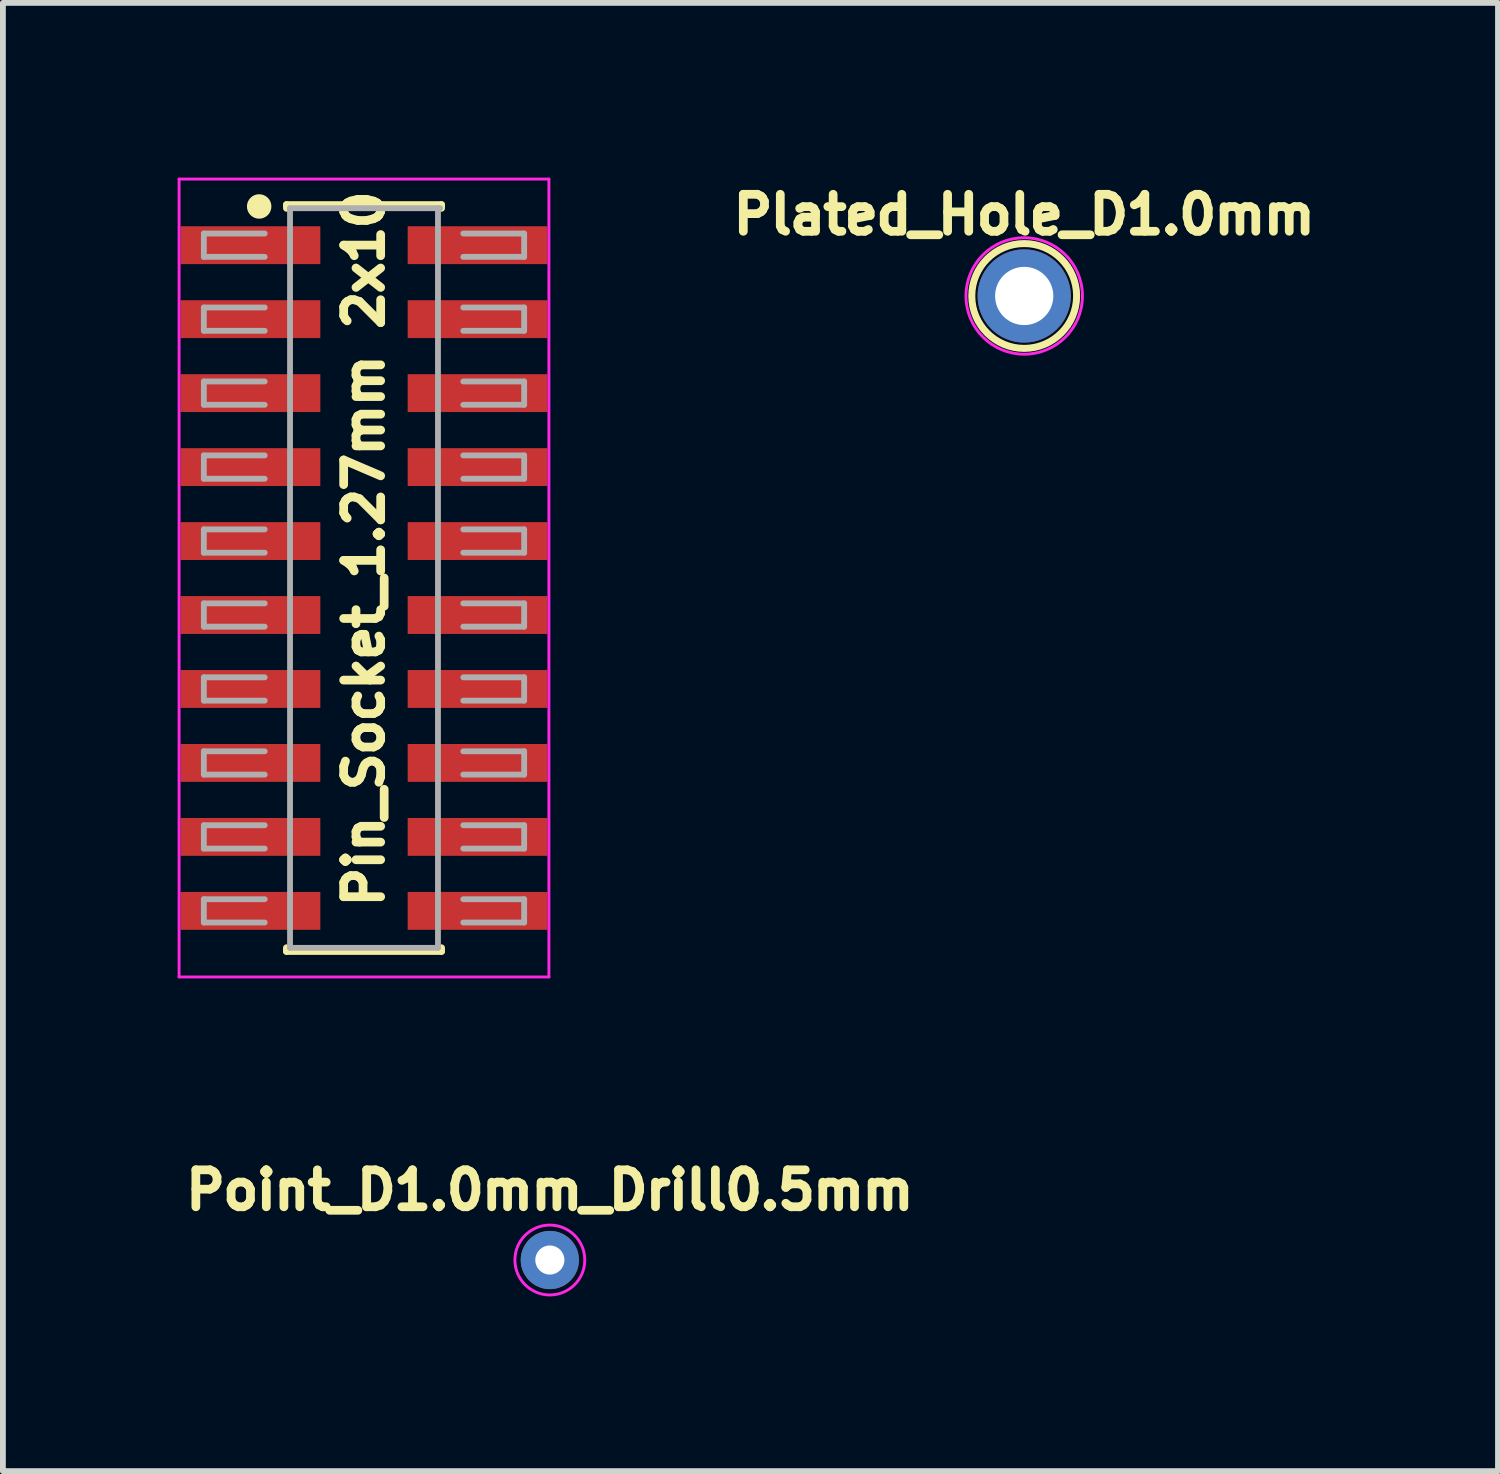
<source format=kicad_pcb>
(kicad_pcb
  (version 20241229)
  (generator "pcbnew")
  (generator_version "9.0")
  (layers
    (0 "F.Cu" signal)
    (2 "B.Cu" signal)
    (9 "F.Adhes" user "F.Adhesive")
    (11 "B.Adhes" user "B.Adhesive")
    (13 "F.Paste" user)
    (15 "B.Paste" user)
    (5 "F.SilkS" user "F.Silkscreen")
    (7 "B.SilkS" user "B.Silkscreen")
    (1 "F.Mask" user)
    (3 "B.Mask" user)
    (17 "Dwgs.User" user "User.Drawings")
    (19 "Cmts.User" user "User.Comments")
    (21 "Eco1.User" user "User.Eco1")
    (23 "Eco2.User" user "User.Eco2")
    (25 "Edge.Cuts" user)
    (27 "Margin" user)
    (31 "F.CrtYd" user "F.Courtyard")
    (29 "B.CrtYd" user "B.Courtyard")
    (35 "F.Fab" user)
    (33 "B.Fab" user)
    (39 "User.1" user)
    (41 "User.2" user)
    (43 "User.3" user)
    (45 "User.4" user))
  (footprint "Pin_Socket_1.27mm 2x10"
    (layer "F.Cu")
    (at 3.2 6.875)
    (property "Reference" "Pin_Socket_1.27mm 2x10" (at 0 -0.5 90) (unlocked yes) (layer "F.SilkS") (effects (font (size 0.635 0.635) (thickness 0.15))))
    (attr smd)
    (fp_line (start -1.33 -6.41) (end -1.33 -6.35) (stroke (width 0.12) (type solid)) (layer "F.SilkS"))
    (fp_line (start -1.33 -6.41) (end 1.33 -6.41) (stroke (width 0.12) (type solid)) (layer "F.SilkS"))
    (fp_line (start -1.33 6.35) (end -1.33 6.41) (stroke (width 0.12) (type solid)) (layer "F.SilkS"))
    (fp_line (start -1.33 6.41) (end 1.33 6.41) (stroke (width 0.12) (type solid)) (layer "F.SilkS"))
    (fp_line (start 1.33 -6.41) (end 1.33 -6.35) (stroke (width 0.12) (type solid)) (layer "F.SilkS"))
    (fp_line (start 1.33 6.35) (end 1.33 6.41) (stroke (width 0.12) (type solid)) (layer "F.SilkS"))
    (fp_circle (center -1.8 -6.38) (end -1.65 -6.38) (stroke (width 0.12) (type solid)) (fill yes) (layer "F.SilkS"))
    (fp_line (start -3.175 -6.85) (end -3.175 6.85) (stroke (width 0.05) (type solid)) (layer "F.CrtYd"))
    (fp_line (start -3.175 6.85) (end 3.175 6.85) (stroke (width 0.05) (type solid)) (layer "F.CrtYd"))
    (fp_line (start 3.175 -6.85) (end -3.175 -6.85) (stroke (width 0.05) (type solid)) (layer "F.CrtYd"))
    (fp_line (start 3.175 6.85) (end 3.175 -6.85) (stroke (width 0.05) (type solid)) (layer "F.CrtYd"))
    (fp_line (start -2.75 -5.915) (end -2.75 -5.515) (stroke (width 0.1) (type solid)) (layer "F.Fab"))
    (fp_line (start -2.75 -5.515) (end -1.705 -5.515) (stroke (width 0.1) (type solid)) (layer "F.Fab"))
    (fp_line (start -2.75 -4.645) (end -2.75 -4.245) (stroke (width 0.1) (type solid)) (layer "F.Fab"))
    (fp_line (start -2.75 -4.245) (end -1.705 -4.245) (stroke (width 0.1) (type solid)) (layer "F.Fab"))
    (fp_line (start -2.75 -3.375) (end -2.75 -2.975) (stroke (width 0.1) (type solid)) (layer "F.Fab"))
    (fp_line (start -2.75 -2.975) (end -1.705 -2.975) (stroke (width 0.1) (type solid)) (layer "F.Fab"))
    (fp_line (start -2.75 -2.105) (end -2.75 -1.705) (stroke (width 0.1) (type solid)) (layer "F.Fab"))
    (fp_line (start -2.75 -1.705) (end -1.705 -1.705) (stroke (width 0.1) (type solid)) (layer "F.Fab"))
    (fp_line (start -2.75 -0.835) (end -2.75 -0.435) (stroke (width 0.1) (type solid)) (layer "F.Fab"))
    (fp_line (start -2.75 -0.435) (end -1.705 -0.435) (stroke (width 0.1) (type solid)) (layer "F.Fab"))
    (fp_line (start -2.75 0.435) (end -2.75 0.835) (stroke (width 0.1) (type solid)) (layer "F.Fab"))
    (fp_line (start -2.75 0.835) (end -1.705 0.835) (stroke (width 0.1) (type solid)) (layer "F.Fab"))
    (fp_line (start -2.75 1.705) (end -2.75 2.105) (stroke (width 0.1) (type solid)) (layer "F.Fab"))
    (fp_line (start -2.75 2.105) (end -1.705 2.105) (stroke (width 0.1) (type solid)) (layer "F.Fab"))
    (fp_line (start -2.75 2.975) (end -2.75 3.375) (stroke (width 0.1) (type solid)) (layer "F.Fab"))
    (fp_line (start -2.75 3.375) (end -1.705 3.375) (stroke (width 0.1) (type solid)) (layer "F.Fab"))
    (fp_line (start -2.75 4.245) (end -2.75 4.645) (stroke (width 0.1) (type solid)) (layer "F.Fab"))
    (fp_line (start -2.75 4.645) (end -1.705 4.645) (stroke (width 0.1) (type solid)) (layer "F.Fab"))
    (fp_line (start -2.75 5.515) (end -2.75 5.915) (stroke (width 0.1) (type solid)) (layer "F.Fab"))
    (fp_line (start -2.75 5.915) (end -1.705 5.915) (stroke (width 0.1) (type solid)) (layer "F.Fab"))
    (fp_line (start -1.705 -5.915) (end -2.75 -5.915) (stroke (width 0.1) (type solid)) (layer "F.Fab"))
    (fp_line (start -1.705 -4.645) (end -2.75 -4.645) (stroke (width 0.1) (type solid)) (layer "F.Fab"))
    (fp_line (start -1.705 -3.375) (end -2.75 -3.375) (stroke (width 0.1) (type solid)) (layer "F.Fab"))
    (fp_line (start -1.705 -2.105) (end -2.75 -2.105) (stroke (width 0.1) (type solid)) (layer "F.Fab"))
    (fp_line (start -1.705 -0.835) (end -2.75 -0.835) (stroke (width 0.1) (type solid)) (layer "F.Fab"))
    (fp_line (start -1.705 0.435) (end -2.75 0.435) (stroke (width 0.1) (type solid)) (layer "F.Fab"))
    (fp_line (start -1.705 1.705) (end -2.75 1.705) (stroke (width 0.1) (type solid)) (layer "F.Fab"))
    (fp_line (start -1.705 2.975) (end -2.75 2.975) (stroke (width 0.1) (type solid)) (layer "F.Fab"))
    (fp_line (start -1.705 4.245) (end -2.75 4.245) (stroke (width 0.1) (type solid)) (layer "F.Fab"))
    (fp_line (start -1.705 5.515) (end -2.75 5.515) (stroke (width 0.1) (type solid)) (layer "F.Fab"))
    (fp_line (start -1.27 -6.35) (end 1.308 -6.35) (stroke (width 0.1) (type solid)) (layer "F.Fab"))
    (fp_line (start -1.27 6.35) (end -1.27 -6.35) (stroke (width 0.1) (type solid)) (layer "F.Fab"))
    (fp_line (start 1.27 -6.35) (end 1.27 6.35) (stroke (width 0.1) (type solid)) (layer "F.Fab"))
    (fp_line (start 1.27 6.35) (end -1.27 6.35) (stroke (width 0.1) (type solid)) (layer "F.Fab"))
    (fp_line (start 1.705 -5.915) (end 2.75 -5.915) (stroke (width 0.1) (type solid)) (layer "F.Fab"))
    (fp_line (start 1.705 -4.645) (end 2.75 -4.645) (stroke (width 0.1) (type solid)) (layer "F.Fab"))
    (fp_line (start 1.705 -3.375) (end 2.75 -3.375) (stroke (width 0.1) (type solid)) (layer "F.Fab"))
    (fp_line (start 1.705 -2.105) (end 2.75 -2.105) (stroke (width 0.1) (type solid)) (layer "F.Fab"))
    (fp_line (start 1.705 -0.835) (end 2.75 -0.835) (stroke (width 0.1) (type solid)) (layer "F.Fab"))
    (fp_line (start 1.705 0.435) (end 2.75 0.435) (stroke (width 0.1) (type solid)) (layer "F.Fab"))
    (fp_line (start 1.705 1.705) (end 2.75 1.705) (stroke (width 0.1) (type solid)) (layer "F.Fab"))
    (fp_line (start 1.705 2.975) (end 2.75 2.975) (stroke (width 0.1) (type solid)) (layer "F.Fab"))
    (fp_line (start 1.705 4.245) (end 2.75 4.245) (stroke (width 0.1) (type solid)) (layer "F.Fab"))
    (fp_line (start 1.705 5.515) (end 2.75 5.515) (stroke (width 0.1) (type solid)) (layer "F.Fab"))
    (fp_line (start 2.75 -5.915) (end 2.75 -5.515) (stroke (width 0.1) (type solid)) (layer "F.Fab"))
    (fp_line (start 2.75 -5.515) (end 1.705 -5.515) (stroke (width 0.1) (type solid)) (layer "F.Fab"))
    (fp_line (start 2.75 -4.645) (end 2.75 -4.245) (stroke (width 0.1) (type solid)) (layer "F.Fab"))
    (fp_line (start 2.75 -4.245) (end 1.705 -4.245) (stroke (width 0.1) (type solid)) (layer "F.Fab"))
    (fp_line (start 2.75 -3.375) (end 2.75 -2.975) (stroke (width 0.1) (type solid)) (layer "F.Fab"))
    (fp_line (start 2.75 -2.975) (end 1.705 -2.975) (stroke (width 0.1) (type solid)) (layer "F.Fab"))
    (fp_line (start 2.75 -2.105) (end 2.75 -1.705) (stroke (width 0.1) (type solid)) (layer "F.Fab"))
    (fp_line (start 2.75 -1.705) (end 1.705 -1.705) (stroke (width 0.1) (type solid)) (layer "F.Fab"))
    (fp_line (start 2.75 -0.835) (end 2.75 -0.435) (stroke (width 0.1) (type solid)) (layer "F.Fab"))
    (fp_line (start 2.75 -0.435) (end 1.705 -0.435) (stroke (width 0.1) (type solid)) (layer "F.Fab"))
    (fp_line (start 2.75 0.435) (end 2.75 0.835) (stroke (width 0.1) (type solid)) (layer "F.Fab"))
    (fp_line (start 2.75 0.835) (end 1.705 0.835) (stroke (width 0.1) (type solid)) (layer "F.Fab"))
    (fp_line (start 2.75 1.705) (end 2.75 2.105) (stroke (width 0.1) (type solid)) (layer "F.Fab"))
    (fp_line (start 2.75 2.105) (end 1.705 2.105) (stroke (width 0.1) (type solid)) (layer "F.Fab"))
    (fp_line (start 2.75 2.975) (end 2.75 3.375) (stroke (width 0.1) (type solid)) (layer "F.Fab"))
    (fp_line (start 2.75 3.375) (end 1.705 3.375) (stroke (width 0.1) (type solid)) (layer "F.Fab"))
    (fp_line (start 2.75 4.245) (end 2.75 4.645) (stroke (width 0.1) (type solid)) (layer "F.Fab"))
    (fp_line (start 2.75 4.645) (end 1.705 4.645) (stroke (width 0.1) (type solid)) (layer "F.Fab"))
    (fp_line (start 2.75 5.515) (end 2.75 5.915) (stroke (width 0.1) (type solid)) (layer "F.Fab"))
    (fp_line (start 2.75 5.915) (end 1.705 5.915) (stroke (width 0.1) (type solid)) (layer "F.Fab"))
    (pad "1" smd rect (at -1.95 -5.715) (size 2.4 0.65) (layers "F.Cu" "F.Mask" "F.Paste"))
    (pad "2" smd rect (at -1.95 -4.445) (size 2.4 0.65) (layers "F.Cu" "F.Mask" "F.Paste"))
    (pad "3" smd rect (at -1.95 -3.175) (size 2.4 0.65) (layers "F.Cu" "F.Mask" "F.Paste"))
    (pad "4" smd rect (at -1.95 -1.905) (size 2.4 0.65) (layers "F.Cu" "F.Mask" "F.Paste"))
    (pad "5" smd rect (at -1.95 -0.635) (size 2.4 0.65) (layers "F.Cu" "F.Mask" "F.Paste"))
    (pad "6" smd rect (at -1.95 0.635) (size 2.4 0.65) (layers "F.Cu" "F.Mask" "F.Paste"))
    (pad "7" smd rect (at -1.95 1.905) (size 2.4 0.65) (layers "F.Cu" "F.Mask" "F.Paste"))
    (pad "8" smd rect (at -1.95 3.175) (size 2.4 0.65) (layers "F.Cu" "F.Mask" "F.Paste"))
    (pad "9" smd rect (at -1.95 4.445) (size 2.4 0.65) (layers "F.Cu" "F.Mask" "F.Paste"))
    (pad "10" smd rect (at -1.95 5.715) (size 2.4 0.65) (layers "F.Cu" "F.Mask" "F.Paste"))
    (pad "11" smd rect (at 1.95 5.715) (size 2.4 0.65) (layers "F.Cu" "F.Mask" "F.Paste"))
    (pad "12" smd rect (at 1.95 4.445) (size 2.4 0.65) (layers "F.Cu" "F.Mask" "F.Paste"))
    (pad "13" smd rect (at 1.95 3.175) (size 2.4 0.65) (layers "F.Cu" "F.Mask" "F.Paste"))
    (pad "14" smd rect (at 1.95 1.905) (size 2.4 0.65) (layers "F.Cu" "F.Mask" "F.Paste"))
    (pad "15" smd rect (at 1.95 0.635) (size 2.4 0.65) (layers "F.Cu" "F.Mask" "F.Paste"))
    (pad "16" smd rect (at 1.95 -0.635) (size 2.4 0.65) (layers "F.Cu" "F.Mask" "F.Paste"))
    (pad "17" smd rect (at 1.95 -1.905) (size 2.4 0.65) (layers "F.Cu" "F.Mask" "F.Paste"))
    (pad "18" smd rect (at 1.95 -3.175) (size 2.4 0.65) (layers "F.Cu" "F.Mask" "F.Paste"))
    (pad "19" smd rect (at 1.95 -4.445) (size 2.4 0.65) (layers "F.Cu" "F.Mask" "F.Paste"))
    (pad "20" smd rect (at 1.95 -5.715) (size 2.4 0.65) (layers "F.Cu" "F.Mask" "F.Paste")))
  (footprint "Point_D1.0mm_Drill0.5mm"
    (layer "F.Cu")
    (at 6.391 18.585)
    (property "Reference" "Point_D1.0mm_Drill0.5mm" (at 0 -1.2 0) (layer "F.SilkS") (effects (font (size 0.635 0.635) (thickness 0.15))))
    (attr exclude_from_pos_files exclude_from_bom)
    (fp_circle (center 0 0) (end 0.6 0) (stroke (width 0.05) (type solid)) (fill no) (layer "F.CrtYd"))
    (pad "1" thru_hole circle (at 0 0) (size 1 1) (drill 0.5) (layers "*.Cu" "*.Mask")))
  (footprint "Plated_Hole_D1.0mm"
    (layer "F.Cu")
    (at 14.536 2.032)
    (property "Reference" "Plated_Hole_D1.0mm" (at 0 -1.397 0) (layer "F.SilkS") (effects (font (size 0.635 0.635) (thickness 0.15))))
    (attr exclude_from_pos_files exclude_from_bom)
    (fp_circle (center 0 0) (end 0.9 0) (stroke (width 0.12) (type solid)) (fill no) (layer "F.SilkS"))
    (fp_circle (center 0 0) (end 1 0) (stroke (width 0.05) (type solid)) (fill no) (layer "F.CrtYd"))
    (pad "1" thru_hole circle (at 0 0) (size 1.6 1.6) (drill 1) (layers "*.Cu" "*.Mask")))
  (gr_rect
    (start -3 -3)
    (end 22.671 22.21)
    (stroke (width 0.1) (type default))
    (fill no)
    (layer "Edge.Cuts")))
</source>
